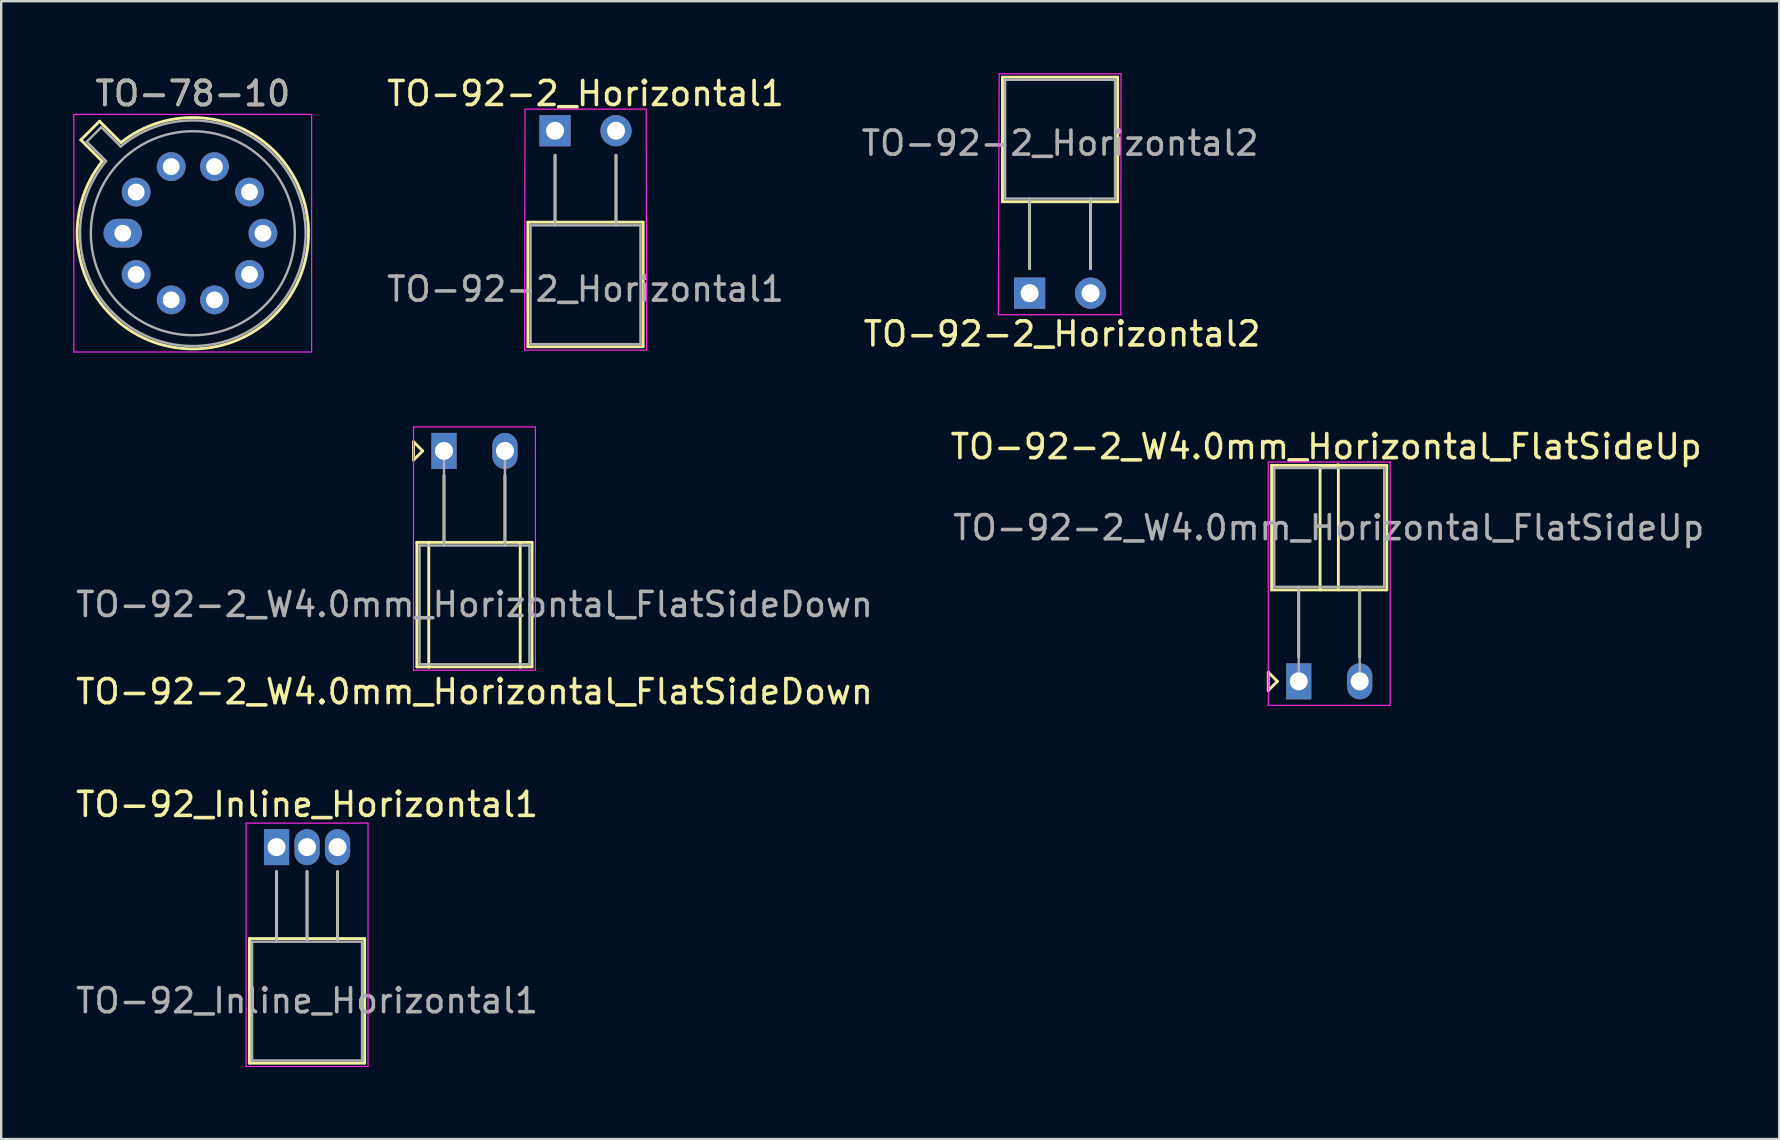
<source format=kicad_pcb>
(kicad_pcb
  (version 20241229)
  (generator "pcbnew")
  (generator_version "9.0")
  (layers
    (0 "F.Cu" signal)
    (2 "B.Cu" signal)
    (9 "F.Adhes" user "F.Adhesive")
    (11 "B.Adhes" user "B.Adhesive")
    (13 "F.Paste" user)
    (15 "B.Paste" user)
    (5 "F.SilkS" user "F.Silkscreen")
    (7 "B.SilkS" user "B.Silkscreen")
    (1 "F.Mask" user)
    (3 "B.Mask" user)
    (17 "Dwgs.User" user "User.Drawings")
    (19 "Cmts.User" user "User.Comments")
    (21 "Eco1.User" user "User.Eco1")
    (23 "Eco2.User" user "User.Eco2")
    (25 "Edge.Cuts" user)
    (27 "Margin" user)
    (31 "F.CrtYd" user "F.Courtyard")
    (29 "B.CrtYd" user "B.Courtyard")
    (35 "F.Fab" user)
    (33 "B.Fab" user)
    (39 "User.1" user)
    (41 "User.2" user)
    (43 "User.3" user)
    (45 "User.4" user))
  (footprint "TO-92-2_W4.0mm_Horizontal_FlatSideUp"
    (layer "F.Cu")
    (at 51.065 25.34)
    (property "Reference" "TO-92-2_W4.0mm_Horizontal_FlatSideUp" (at 1.143 -9.779 0) (layer "F.SilkS") (effects (font (size 1 1) (thickness 0.15))))
    (attr through_hole)
    (fp_line (start -1.27 -0.381) (end -1.27 0.381) (stroke (width 0.12) (type solid)) (layer "F.SilkS"))
    (fp_line (start -1.27 0.381) (end -0.889 0) (stroke (width 0.12) (type solid)) (layer "F.SilkS"))
    (fp_line (start -1.13 -9) (end -1.13 -3.81) (stroke (width 0.12) (type solid)) (layer "F.SilkS"))
    (fp_line (start -1.13 -3.81) (end 3.67 -3.81) (stroke (width 0.12) (type solid)) (layer "F.SilkS"))
    (fp_line (start -0.889 0) (end -1.27 -0.381) (stroke (width 0.12) (type solid)) (layer "F.SilkS"))
    (fp_line (start 0 -1.02) (end 0 -3.81) (stroke (width 0.12) (type solid)) (layer "F.SilkS"))
    (fp_line (start 0.889 -8.89) (end 1.651 -9.017) (stroke (width 0.12) (type solid)) (layer "F.SilkS"))
    (fp_line (start 0.889 -3.81) (end 0.889 -8.89) (stroke (width 0.12) (type solid)) (layer "F.SilkS"))
    (fp_line (start 1.651 -9.017) (end 1.651 -3.81) (stroke (width 0.12) (type solid)) (layer "F.SilkS"))
    (fp_line (start 2.54 -1.02) (end 2.54 -3.81) (stroke (width 0.12) (type solid)) (layer "F.SilkS"))
    (fp_line (start 3.67 -9) (end -1.13 -9) (stroke (width 0.12) (type solid)) (layer "F.SilkS"))
    (fp_line (start 3.67 -3.81) (end 3.67 -9) (stroke (width 0.12) (type solid)) (layer "F.SilkS"))
    (fp_line (start -1.27 -9.14) (end -1.27 1) (stroke (width 0.05) (type solid)) (layer "F.CrtYd"))
    (fp_line (start -1.27 -9.14) (end 3.81 -9.14) (stroke (width 0.05) (type solid)) (layer "F.CrtYd"))
    (fp_line (start 3.81 1) (end -1.27 1) (stroke (width 0.05) (type solid)) (layer "F.CrtYd"))
    (fp_line (start 3.81 1) (end 3.81 -9.14) (stroke (width 0.05) (type solid)) (layer "F.CrtYd"))
    (fp_line (start -1.02 -8.89) (end -1.02 -3.94) (stroke (width 0.1) (type solid)) (layer "F.Fab"))
    (fp_line (start -1.02 -3.94) (end 3.56 -3.94) (stroke (width 0.1) (type solid)) (layer "F.Fab"))
    (fp_line (start 0 -3.94) (end 0 0) (stroke (width 0.1) (type solid)) (layer "F.Fab"))
    (fp_line (start 2.54 -3.94) (end 2.54 0) (stroke (width 0.1) (type solid)) (layer "F.Fab"))
    (fp_line (start 3.56 -8.89) (end -1.02 -8.89) (stroke (width 0.1) (type solid)) (layer "F.Fab"))
    (fp_line (start 3.56 -3.94) (end 3.56 -8.89) (stroke (width 0.1) (type solid)) (layer "F.Fab"))
    (fp_text user "${REFERENCE}" (at 1.25 -6.4 0) (layer "F.Fab") (effects (font (size 1 1) (thickness 0.15))))
    (pad "1" thru_hole rect (at 0 0) (size 1.05 1.5) (drill 0.75) (layers "*.Cu" "*.Mask"))
    (pad "2" thru_hole oval (at 2.54 0) (size 1.05 1.5) (drill 0.75) (layers "*.Cu" "*.Mask")))
  (footprint "TO-92-2_Horizontal2"
    (layer "F.Cu")
    (at 39.851 9.165)
    (property "Reference" "TO-92-2_Horizontal2" (at 1.35 1.7 0) (layer "F.SilkS") (effects (font (size 1 1) (thickness 0.15))))
    (attr through_hole)
    (fp_line (start -1.13 -9) (end -1.13 -3.81) (stroke (width 0.12) (type solid)) (layer "F.SilkS"))
    (fp_line (start -1.13 -3.81) (end 3.67 -3.81) (stroke (width 0.12) (type solid)) (layer "F.SilkS"))
    (fp_line (start 0 -1.02) (end 0 -3.81) (stroke (width 0.12) (type solid)) (layer "F.SilkS"))
    (fp_line (start 2.54 -1.02) (end 2.54 -3.81) (stroke (width 0.12) (type solid)) (layer "F.SilkS"))
    (fp_line (start 3.67 -9) (end -1.13 -9) (stroke (width 0.12) (type solid)) (layer "F.SilkS"))
    (fp_line (start 3.67 -3.81) (end 3.67 -9) (stroke (width 0.12) (type solid)) (layer "F.SilkS"))
    (fp_line (start -1.27 -9.14) (end -1.3 0.9) (stroke (width 0.05) (type solid)) (layer "F.CrtYd"))
    (fp_line (start -1.27 -9.14) (end 3.81 -9.14) (stroke (width 0.05) (type solid)) (layer "F.CrtYd"))
    (fp_line (start 3.8 0.9) (end -1.3 0.9) (stroke (width 0.05) (type solid)) (layer "F.CrtYd"))
    (fp_line (start 3.8 0.9) (end 3.81 -9.14) (stroke (width 0.05) (type solid)) (layer "F.CrtYd"))
    (fp_line (start -1.02 -8.89) (end -1.02 -3.94) (stroke (width 0.1) (type solid)) (layer "F.Fab"))
    (fp_line (start -1.02 -3.94) (end 3.56 -3.94) (stroke (width 0.1) (type solid)) (layer "F.Fab"))
    (fp_line (start 0 -3.94) (end 0 -1.02) (stroke (width 0.1) (type solid)) (layer "F.Fab"))
    (fp_line (start 2.54 -3.94) (end 2.54 -1.02) (stroke (width 0.1) (type solid)) (layer "F.Fab"))
    (fp_line (start 3.56 -8.89) (end -1.02 -8.89) (stroke (width 0.1) (type solid)) (layer "F.Fab"))
    (fp_line (start 3.56 -3.94) (end 3.56 -8.89) (stroke (width 0.1) (type solid)) (layer "F.Fab"))
    (fp_text user "${REFERENCE}" (at 1.27 -6.25 0) (layer "F.Fab") (effects (font (size 1 1) (thickness 0.15))))
    (pad "1" thru_hole rect (at 0 0 270) (size 1.3 1.3) (drill 0.75) (layers "*.Cu" "*.Mask"))
    (pad "2" thru_hole circle (at 2.54 0 270) (size 1.3 1.3) (drill 0.75) (layers "*.Cu" "*.Mask")))
  (footprint "TO-92_Inline_Horizontal1"
    (layer "F.Cu")
    (at 8.474 32.248)
    (property "Reference" "TO-92_Inline_Horizontal1" (at 1.27 -1.78 0) (layer "F.SilkS") (effects (font (size 1 1) (thickness 0.15))))
    (attr through_hole)
    (fp_line (start -1.13 3.81) (end 3.67 3.81) (stroke (width 0.12) (type solid)) (layer "F.SilkS"))
    (fp_line (start -1.13 9) (end -1.13 3.81) (stroke (width 0.12) (type solid)) (layer "F.SilkS"))
    (fp_line (start 0 1.02) (end 0 3.81) (stroke (width 0.12) (type solid)) (layer "F.SilkS"))
    (fp_line (start 1.27 1.02) (end 1.27 3.81) (stroke (width 0.12) (type solid)) (layer "F.SilkS"))
    (fp_line (start 2.54 1.02) (end 2.54 3.81) (stroke (width 0.12) (type solid)) (layer "F.SilkS"))
    (fp_line (start 3.67 3.81) (end 3.67 9) (stroke (width 0.12) (type solid)) (layer "F.SilkS"))
    (fp_line (start 3.67 9) (end -1.13 9) (stroke (width 0.12) (type solid)) (layer "F.SilkS"))
    (fp_line (start -1.27 -1) (end -1.27 9.14) (stroke (width 0.05) (type solid)) (layer "F.CrtYd"))
    (fp_line (start -1.27 -1) (end 3.81 -1) (stroke (width 0.05) (type solid)) (layer "F.CrtYd"))
    (fp_line (start 3.81 9.14) (end -1.27 9.14) (stroke (width 0.05) (type solid)) (layer "F.CrtYd"))
    (fp_line (start 3.81 9.14) (end 3.81 -1) (stroke (width 0.05) (type solid)) (layer "F.CrtYd"))
    (fp_line (start -1.02 3.94) (end 3.56 3.94) (stroke (width 0.1) (type solid)) (layer "F.Fab"))
    (fp_line (start -1.02 8.89) (end -1.02 3.94) (stroke (width 0.1) (type solid)) (layer "F.Fab"))
    (fp_line (start 0 3.94) (end 0 1.02) (stroke (width 0.1) (type solid)) (layer "F.Fab"))
    (fp_line (start 1.27 3.94) (end 1.27 1.02) (stroke (width 0.1) (type solid)) (layer "F.Fab"))
    (fp_line (start 2.54 3.94) (end 2.54 1.02) (stroke (width 0.1) (type solid)) (layer "F.Fab"))
    (fp_line (start 3.56 3.94) (end 3.56 8.89) (stroke (width 0.1) (type solid)) (layer "F.Fab"))
    (fp_line (start 3.56 8.89) (end -1.02 8.89) (stroke (width 0.1) (type solid)) (layer "F.Fab"))
    (fp_text user "${REFERENCE}" (at 1.27 6.4 0) (layer "F.Fab") (effects (font (size 1 1) (thickness 0.15))))
    (pad "1" thru_hole rect (at 0 0) (size 1.05 1.5) (drill 0.75) (layers "*.Cu" "*.Mask"))
    (pad "2" thru_hole oval (at 1.27 0) (size 1.05 1.5) (drill 0.75) (layers "*.Cu" "*.Mask"))
    (pad "3" thru_hole oval (at 2.54 0) (size 1.05 1.5) (drill 0.75) (layers "*.Cu" "*.Mask")))
  (footprint "TO-78-10"
    (layer "F.Cu")
    (at 2.065 6.668)
    (property "Reference" "TO-78-10" (at 2.92 -5.82 0) (layer "F.SilkS") (effects (font (size 1 1) (thickness 0.15))))
    (attr through_hole)
    (fp_line (start -1.746 -3.888) (end -0.855 -2.997) (stroke (width 0.12) (type solid)) (layer "F.SilkS"))
    (fp_line (start -0.968 -4.666) (end -1.746 -3.888) (stroke (width 0.12) (type solid)) (layer "F.SilkS"))
    (fp_line (start -0.077 -3.775) (end -0.968 -4.666) (stroke (width 0.12) (type solid)) (layer "F.SilkS"))
    (fp_arc (start -0.077084 -3.774902) (mid 6.328125 3.408384) (end -0.854674 -2.997371) (stroke (width 0.12) (type solid)) (layer "F.SilkS"))
    (fp_line (start -2.04 -4.95) (end -2.04 4.95) (stroke (width 0.05) (type solid)) (layer "F.CrtYd"))
    (fp_line (start -2.04 4.95) (end 7.87 4.95) (stroke (width 0.05) (type solid)) (layer "F.CrtYd"))
    (fp_line (start 7.87 -4.95) (end -2.04 -4.95) (stroke (width 0.05) (type solid)) (layer "F.CrtYd"))
    (fp_line (start 7.87 4.95) (end 7.87 -4.95) (stroke (width 0.05) (type solid)) (layer "F.CrtYd"))
    (fp_line (start -1.5 -3.812) (end -0.694 -3.005) (stroke (width 0.1) (type solid)) (layer "F.Fab"))
    (fp_line (start -0.892 -4.42) (end -1.5 -3.812) (stroke (width 0.1) (type solid)) (layer "F.Fab"))
    (fp_line (start -0.085 -3.614) (end -0.892 -4.42) (stroke (width 0.1) (type solid)) (layer "F.Fab"))
    (fp_arc (start -0.085408 -3.61352) (mid 6.243443 3.323361) (end -0.693594 -3.005319) (stroke (width 0.1) (type solid)) (layer "F.Fab"))
    (fp_circle (center 2.92 0) (end 7.17 0) (stroke (width 0.1) (type solid)) (fill no) (layer "F.Fab"))
    (fp_text user "${REFERENCE}" (at 2.92 -5.82 0) (layer "F.Fab") (effects (font (size 1 1) (thickness 0.15))))
    (pad "1" thru_hole oval (at 0 0) (size 1.6 1.2) (drill 0.7) (layers "*.Cu" "*.Mask"))
    (pad "2" thru_hole oval (at 0.558 1.716) (size 1.2 1.2) (drill 0.7) (layers "*.Cu" "*.Mask"))
    (pad "3" thru_hole oval (at 2.018 2.777) (size 1.2 1.2) (drill 0.7) (layers "*.Cu" "*.Mask"))
    (pad "4" thru_hole oval (at 3.822 2.777) (size 1.2 1.2) (drill 0.7) (layers "*.Cu" "*.Mask"))
    (pad "5" thru_hole oval (at 5.282 1.716) (size 1.2 1.2) (drill 0.7) (layers "*.Cu" "*.Mask"))
    (pad "6" thru_hole oval (at 5.84 0) (size 1.2 1.2) (drill 0.7) (layers "*.Cu" "*.Mask"))
    (pad "7" thru_hole oval (at 5.282 -1.716) (size 1.2 1.2) (drill 0.7) (layers "*.Cu" "*.Mask"))
    (pad "8" thru_hole oval (at 3.822 -2.777) (size 1.2 1.2) (drill 0.7) (layers "*.Cu" "*.Mask"))
    (pad "9" thru_hole oval (at 2.018 -2.777) (size 1.2 1.2) (drill 0.7) (layers "*.Cu" "*.Mask"))
    (pad "10" thru_hole oval (at 0.558 -1.716) (size 1.2 1.2) (drill 0.7) (layers "*.Cu" "*.Mask")))
  (footprint "TO-92-2_Horizontal1"
    (layer "F.Cu")
    (at 20.077 2.398)
    (property "Reference" "TO-92-2_Horizontal1" (at 1.27 -1.55 0) (layer "F.SilkS") (effects (font (size 1 1) (thickness 0.15))))
    (attr through_hole)
    (fp_line (start -1.13 3.81) (end 3.67 3.81) (stroke (width 0.12) (type solid)) (layer "F.SilkS"))
    (fp_line (start -1.13 9) (end -1.13 3.81) (stroke (width 0.12) (type solid)) (layer "F.SilkS"))
    (fp_line (start 0 1.02) (end 0 3.81) (stroke (width 0.12) (type solid)) (layer "F.SilkS"))
    (fp_line (start 2.54 1.02) (end 2.54 3.81) (stroke (width 0.12) (type solid)) (layer "F.SilkS"))
    (fp_line (start 3.67 3.81) (end 3.67 9) (stroke (width 0.12) (type solid)) (layer "F.SilkS"))
    (fp_line (start 3.67 9) (end -1.13 9) (stroke (width 0.12) (type solid)) (layer "F.SilkS"))
    (fp_line (start -1.25 -0.9) (end -1.27 9.14) (stroke (width 0.05) (type solid)) (layer "F.CrtYd"))
    (fp_line (start -1.25 -0.9) (end 3.8 -0.9) (stroke (width 0.05) (type solid)) (layer "F.CrtYd"))
    (fp_line (start 3.81 9.14) (end -1.27 9.14) (stroke (width 0.05) (type solid)) (layer "F.CrtYd"))
    (fp_line (start 3.81 9.14) (end 3.8 -0.9) (stroke (width 0.05) (type solid)) (layer "F.CrtYd"))
    (fp_line (start -1.02 3.94) (end 3.56 3.94) (stroke (width 0.1) (type solid)) (layer "F.Fab"))
    (fp_line (start -1.02 8.89) (end -1.02 3.94) (stroke (width 0.1) (type solid)) (layer "F.Fab"))
    (fp_line (start 0 3.94) (end 0 1.02) (stroke (width 0.1) (type solid)) (layer "F.Fab"))
    (fp_line (start 2.54 3.94) (end 2.54 1.02) (stroke (width 0.1) (type solid)) (layer "F.Fab"))
    (fp_line (start 3.56 3.94) (end 3.56 8.89) (stroke (width 0.1) (type solid)) (layer "F.Fab"))
    (fp_line (start 3.56 8.89) (end -1.02 8.89) (stroke (width 0.1) (type solid)) (layer "F.Fab"))
    (fp_text user "${REFERENCE}" (at 1.27 6.6 0) (layer "F.Fab") (effects (font (size 1 1) (thickness 0.15))))
    (pad "1" thru_hole rect (at 0 0 90) (size 1.3 1.3) (drill 0.75) (layers "*.Cu" "*.Mask"))
    (pad "2" thru_hole circle (at 2.54 0 90) (size 1.3 1.3) (drill 0.75) (layers "*.Cu" "*.Mask")))
  (footprint "TO-92-2_W4.0mm_Horizontal_FlatSideDown"
    (layer "F.Cu")
    (at 15.45 15.738)
    (property "Reference" "TO-92-2_W4.0mm_Horizontal_FlatSideDown" (at 1.27 10.033 0) (layer "F.SilkS") (effects (font (size 1 1) (thickness 0.15))))
    (attr through_hole)
    (fp_line (start -1.27 -0.381) (end -1.27 0.381) (stroke (width 0.12) (type solid)) (layer "F.SilkS"))
    (fp_line (start -1.27 0.381) (end -0.889 0) (stroke (width 0.12) (type solid)) (layer "F.SilkS"))
    (fp_line (start -1.13 3.81) (end 3.67 3.81) (stroke (width 0.12) (type solid)) (layer "F.SilkS"))
    (fp_line (start -1.13 9) (end -1.13 3.81) (stroke (width 0.12) (type solid)) (layer "F.SilkS"))
    (fp_line (start -0.889 0) (end -1.27 -0.381) (stroke (width 0.12) (type solid)) (layer "F.SilkS"))
    (fp_line (start -0.635 3.81) (end -0.635 9.017) (stroke (width 0.12) (type solid)) (layer "F.SilkS"))
    (fp_line (start 0 1.02) (end 0 3.81) (stroke (width 0.12) (type solid)) (layer "F.SilkS"))
    (fp_line (start 2.54 1.02) (end 2.54 3.81) (stroke (width 0.12) (type solid)) (layer "F.SilkS"))
    (fp_line (start 3.175 3.81) (end 3.175 9.017) (stroke (width 0.12) (type solid)) (layer "F.SilkS"))
    (fp_line (start 3.67 3.81) (end 3.67 9) (stroke (width 0.12) (type solid)) (layer "F.SilkS"))
    (fp_line (start 3.67 9) (end -1.13 9) (stroke (width 0.12) (type solid)) (layer "F.SilkS"))
    (fp_line (start -1.27 -1) (end -1.27 9.14) (stroke (width 0.05) (type solid)) (layer "F.CrtYd"))
    (fp_line (start -1.27 -1) (end 3.81 -1) (stroke (width 0.05) (type solid)) (layer "F.CrtYd"))
    (fp_line (start 3.81 9.14) (end -1.27 9.14) (stroke (width 0.05) (type solid)) (layer "F.CrtYd"))
    (fp_line (start 3.81 9.14) (end 3.81 -1) (stroke (width 0.05) (type solid)) (layer "F.CrtYd"))
    (fp_line (start -1.02 3.94) (end 3.56 3.94) (stroke (width 0.1) (type solid)) (layer "F.Fab"))
    (fp_line (start -1.02 8.89) (end -1.02 3.94) (stroke (width 0.1) (type solid)) (layer "F.Fab"))
    (fp_line (start 0 3.94) (end 0 0) (stroke (width 0.1) (type solid)) (layer "F.Fab"))
    (fp_line (start 2.54 3.94) (end 2.54 0) (stroke (width 0.1) (type solid)) (layer "F.Fab"))
    (fp_line (start 3.56 3.94) (end 3.56 8.89) (stroke (width 0.1) (type solid)) (layer "F.Fab"))
    (fp_line (start 3.56 8.89) (end -1.02 8.89) (stroke (width 0.1) (type solid)) (layer "F.Fab"))
    (fp_text user "${REFERENCE}" (at 1.27 6.4 0) (layer "F.Fab") (effects (font (size 1 1) (thickness 0.15))))
    (pad "1" thru_hole rect (at 0 0) (size 1.05 1.5) (drill 0.75) (layers "*.Cu" "*.Mask"))
    (pad "3" thru_hole oval (at 2.54 0) (size 1.05 1.5) (drill 0.75) (layers "*.Cu" "*.Mask")))
  (gr_rect
    (start -3 -3)
    (end 71.083 44.413)
    (stroke (width 0.1) (type default))
    (fill no)
    (layer "Edge.Cuts")))
</source>
